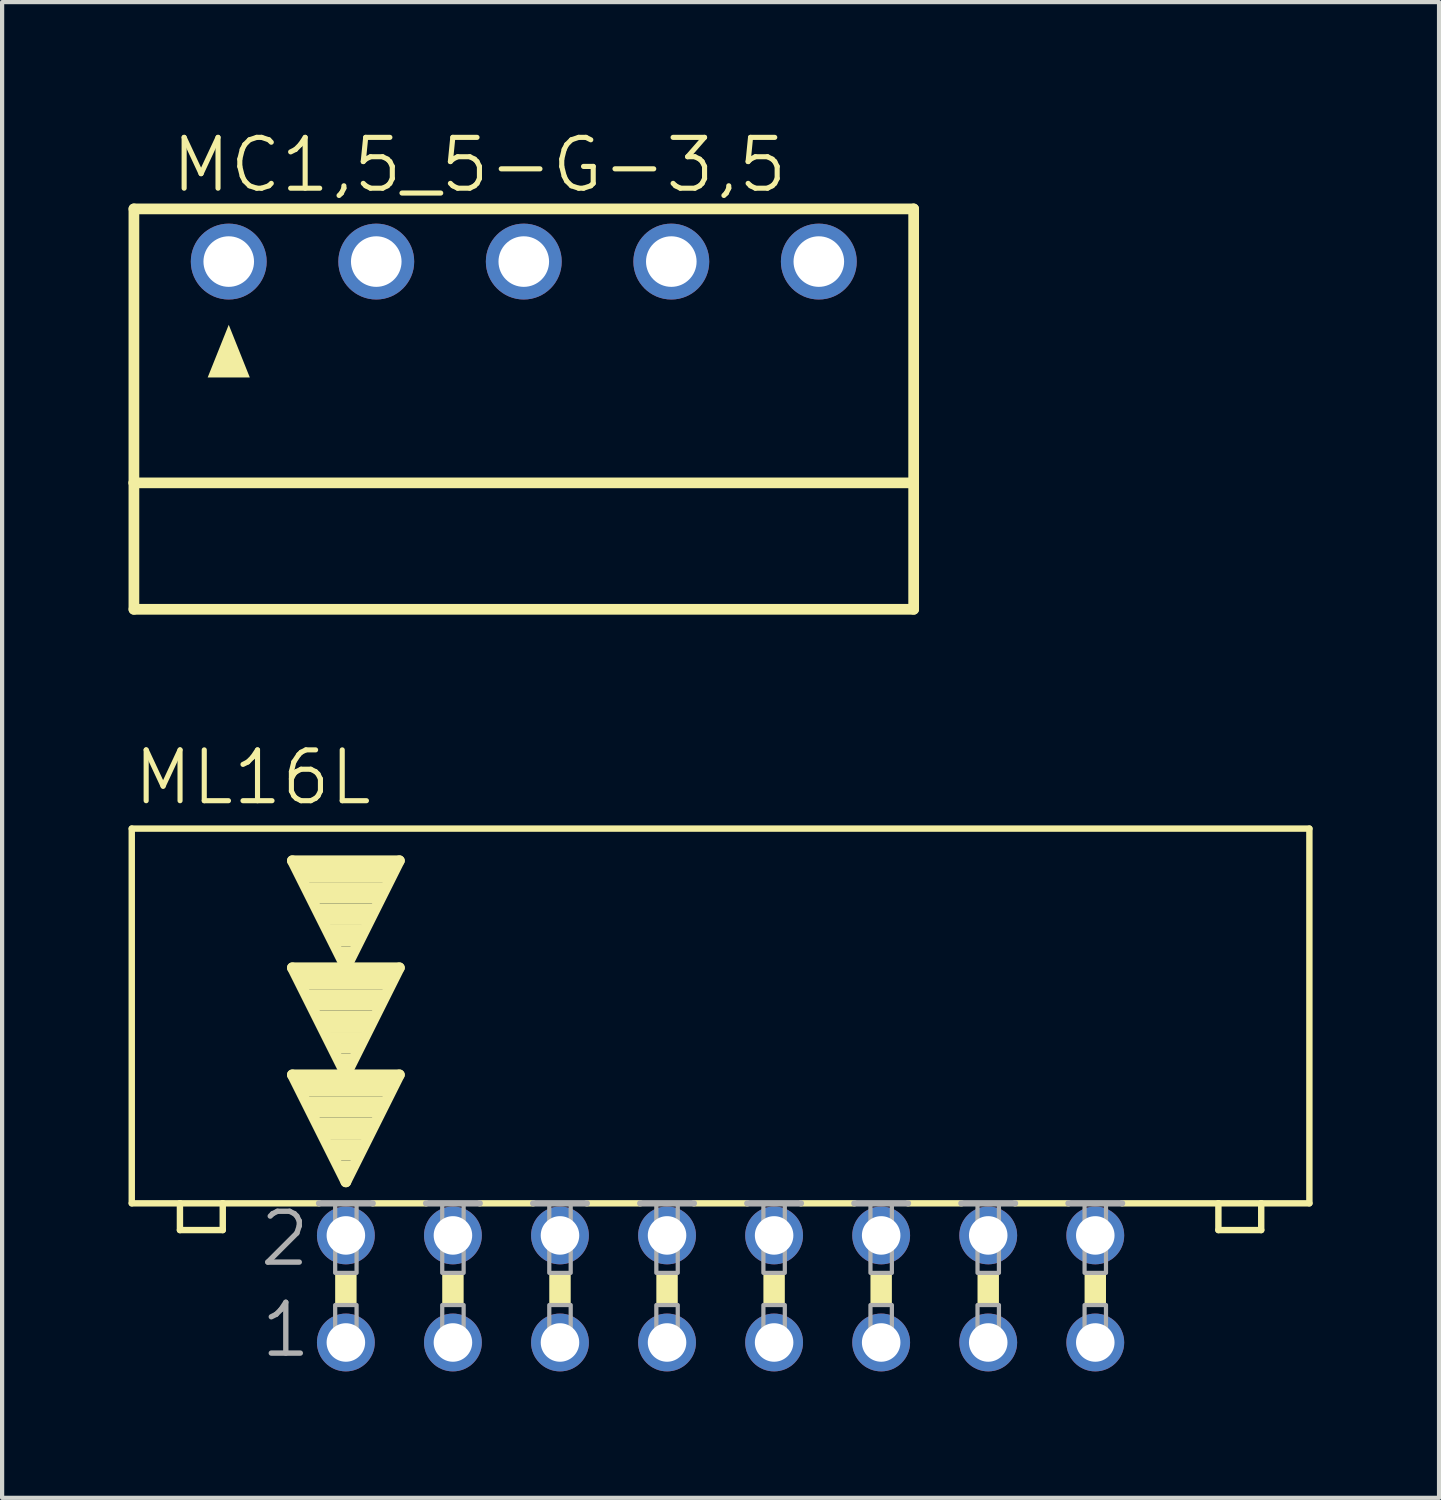
<source format=kicad_pcb>
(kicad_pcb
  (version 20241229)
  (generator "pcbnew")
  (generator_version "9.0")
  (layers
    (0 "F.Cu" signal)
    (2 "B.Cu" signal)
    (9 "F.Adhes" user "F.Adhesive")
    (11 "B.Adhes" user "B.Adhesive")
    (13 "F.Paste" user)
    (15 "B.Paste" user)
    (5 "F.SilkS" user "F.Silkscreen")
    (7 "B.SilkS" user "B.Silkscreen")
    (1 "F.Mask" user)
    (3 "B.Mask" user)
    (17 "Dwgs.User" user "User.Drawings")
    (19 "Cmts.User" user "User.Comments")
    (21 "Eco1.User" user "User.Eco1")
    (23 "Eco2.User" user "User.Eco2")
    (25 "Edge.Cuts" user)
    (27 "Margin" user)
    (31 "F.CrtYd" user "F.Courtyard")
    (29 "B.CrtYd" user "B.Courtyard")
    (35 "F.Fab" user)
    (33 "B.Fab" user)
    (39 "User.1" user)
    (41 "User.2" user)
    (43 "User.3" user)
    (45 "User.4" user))
  (footprint "MC1,5_5-G-3,5"
    (layer "F.Cu")
    (at 9.377 3.156)
    (property "Reference" "MC1,5_5-G-3,5" (at -8.425 -1.587 0) (layer "F.SilkS") (effects (font (size 1.206 1.206) (thickness 0.121)) (justify left bottom)))
    (attr through_hole)
    (fp_line (start -9.25 -1.25) (end 9.25 -1.25) (stroke (width 0.254) (type solid)) (layer "F.SilkS"))
    (fp_line (start -9.25 5.25) (end -9.25 -1.25) (stroke (width 0.254) (type solid)) (layer "F.SilkS"))
    (fp_line (start -9.25 5.25) (end 9.25 5.25) (stroke (width 0.254) (type solid)) (layer "F.SilkS"))
    (fp_line (start -9.25 8.25) (end -9.25 5.25) (stroke (width 0.254) (type solid)) (layer "F.SilkS"))
    (fp_line (start -9.25 8.25) (end 9.25 8.25) (stroke (width 0.254) (type solid)) (layer "F.SilkS"))
    (fp_line (start 9.25 5.25) (end 9.25 -1.25) (stroke (width 0.254) (type solid)) (layer "F.SilkS"))
    (fp_line (start 9.25 8.25) (end 9.25 5.25) (stroke (width 0.254) (type solid)) (layer "F.SilkS"))
    (fp_poly (pts (xy -7 1.5) (xy -7.5 2.75) (xy -6.5 2.75)) (stroke (width 0) (type solid)) (fill yes) (layer "F.SilkS"))
    (pad "1" thru_hole circle (at -7 0) (size 1.8 1.8) (drill 1.2) (layers "*.Cu" "*.Mask"))
    (pad "2" thru_hole circle (at -3.5 0) (size 1.8 1.8) (drill 1.2) (layers "*.Cu" "*.Mask"))
    (pad "3" thru_hole circle (at 0 0) (size 1.8 1.8) (drill 1.2) (layers "*.Cu" "*.Mask"))
    (pad "4" thru_hole circle (at 3.5 0) (size 1.8 1.8) (drill 1.2) (layers "*.Cu" "*.Mask"))
    (pad "5" thru_hole circle (at 7 0) (size 1.8 1.8) (drill 1.2) (layers "*.Cu" "*.Mask")))
  (footprint "ML16L"
    (layer "F.Cu")
    (at 14.046 27.531)
    (property "Reference" "ML16L" (at -13.995 -11.43 0) (layer "F.SilkS") (effects (font (size 1.206 1.206) (thickness 0.121)) (justify left bottom)))
    (attr through_hole)
    (fp_line (start -13.97 -2.032) (end -13.97 -10.922) (stroke (width 0.152) (type solid)) (layer "F.SilkS"))
    (fp_line (start -13.97 -2.032) (end -12.827 -2.032) (stroke (width 0.152) (type solid)) (layer "F.SilkS"))
    (fp_line (start -12.827 -2.032) (end -12.827 -1.397) (stroke (width 0.152) (type solid)) (layer "F.SilkS"))
    (fp_line (start -12.827 -2.032) (end -11.811 -2.032) (stroke (width 0.152) (type solid)) (layer "F.SilkS"))
    (fp_line (start -11.811 -2.032) (end -9.525 -2.032) (stroke (width 0.152) (type solid)) (layer "F.SilkS"))
    (fp_line (start -11.811 -1.397) (end -12.827 -1.397) (stroke (width 0.152) (type solid)) (layer "F.SilkS"))
    (fp_line (start -11.811 -1.397) (end -11.811 -2.032) (stroke (width 0.152) (type solid)) (layer "F.SilkS"))
    (fp_line (start -10.16 -10.16) (end -7.62 -10.16) (stroke (width 0.254) (type solid)) (layer "F.SilkS"))
    (fp_line (start -10.16 -7.62) (end -7.62 -7.62) (stroke (width 0.254) (type solid)) (layer "F.SilkS"))
    (fp_line (start -10.16 -5.08) (end -7.62 -5.08) (stroke (width 0.254) (type solid)) (layer "F.SilkS"))
    (fp_line (start -8.89 -7.62) (end -10.16 -10.16) (stroke (width 0.254) (type solid)) (layer "F.SilkS"))
    (fp_line (start -8.89 -5.08) (end -10.16 -7.62) (stroke (width 0.254) (type solid)) (layer "F.SilkS"))
    (fp_line (start -8.89 -2.54) (end -10.16 -5.08) (stroke (width 0.254) (type solid)) (layer "F.SilkS"))
    (fp_line (start -8.255 -2.032) (end -6.985 -2.032) (stroke (width 0.152) (type solid)) (layer "F.SilkS"))
    (fp_line (start -7.62 -10.16) (end -8.89 -7.62) (stroke (width 0.254) (type solid)) (layer "F.SilkS"))
    (fp_line (start -7.62 -7.62) (end -8.89 -5.08) (stroke (width 0.254) (type solid)) (layer "F.SilkS"))
    (fp_line (start -7.62 -5.08) (end -8.89 -2.54) (stroke (width 0.254) (type solid)) (layer "F.SilkS"))
    (fp_line (start -5.715 -2.032) (end -4.445 -2.032) (stroke (width 0.152) (type solid)) (layer "F.SilkS"))
    (fp_line (start -3.175 -2.032) (end -1.905 -2.032) (stroke (width 0.152) (type solid)) (layer "F.SilkS"))
    (fp_line (start -0.635 -2.032) (end 0.635 -2.032) (stroke (width 0.152) (type solid)) (layer "F.SilkS"))
    (fp_line (start 1.905 -2.032) (end 3.175 -2.032) (stroke (width 0.152) (type solid)) (layer "F.SilkS"))
    (fp_line (start 4.445 -2.032) (end 5.715 -2.032) (stroke (width 0.152) (type solid)) (layer "F.SilkS"))
    (fp_line (start 6.985 -2.032) (end 8.255 -2.032) (stroke (width 0.152) (type solid)) (layer "F.SilkS"))
    (fp_line (start 11.811 -2.032) (end 9.525 -2.032) (stroke (width 0.152) (type solid)) (layer "F.SilkS"))
    (fp_line (start 11.811 -2.032) (end 11.811 -1.397) (stroke (width 0.152) (type solid)) (layer "F.SilkS"))
    (fp_line (start 12.827 -2.032) (end 11.811 -2.032) (stroke (width 0.152) (type solid)) (layer "F.SilkS"))
    (fp_line (start 12.827 -1.397) (end 11.811 -1.397) (stroke (width 0.152) (type solid)) (layer "F.SilkS"))
    (fp_line (start 12.827 -1.397) (end 12.827 -2.032) (stroke (width 0.152) (type solid)) (layer "F.SilkS"))
    (fp_line (start 13.97 -10.922) (end -13.97 -10.922) (stroke (width 0.152) (type solid)) (layer "F.SilkS"))
    (fp_line (start 13.97 -2.032) (end 12.827 -2.032) (stroke (width 0.152) (type solid)) (layer "F.SilkS"))
    (fp_line (start 13.97 -2.032) (end 13.97 -10.922) (stroke (width 0.152) (type solid)) (layer "F.SilkS"))
    (fp_poly (pts (xy -10.033 -9.652) (xy -7.747 -9.652) (xy -7.747 -10.16) (xy -10.033 -10.16)) (stroke (width 0) (type solid)) (fill yes) (layer "F.SilkS"))
    (fp_poly (pts (xy -10.033 -7.112) (xy -7.747 -7.112) (xy -7.747 -7.62) (xy -10.033 -7.62)) (stroke (width 0) (type solid)) (fill yes) (layer "F.SilkS"))
    (fp_poly (pts (xy -10.033 -4.572) (xy -7.747 -4.572) (xy -7.747 -5.08) (xy -10.033 -5.08)) (stroke (width 0) (type solid)) (fill yes) (layer "F.SilkS"))
    (fp_poly (pts (xy -9.779 -9.144) (xy -8.001 -9.144) (xy -8.001 -9.652) (xy -9.779 -9.652)) (stroke (width 0) (type solid)) (fill yes) (layer "F.SilkS"))
    (fp_poly (pts (xy -9.779 -6.604) (xy -8.001 -6.604) (xy -8.001 -7.112) (xy -9.779 -7.112)) (stroke (width 0) (type solid)) (fill yes) (layer "F.SilkS"))
    (fp_poly (pts (xy -9.779 -4.064) (xy -8.001 -4.064) (xy -8.001 -4.572) (xy -9.779 -4.572)) (stroke (width 0) (type solid)) (fill yes) (layer "F.SilkS"))
    (fp_poly (pts (xy -9.525 -8.636) (xy -8.255 -8.636) (xy -8.255 -9.144) (xy -9.525 -9.144)) (stroke (width 0) (type solid)) (fill yes) (layer "F.SilkS"))
    (fp_poly (pts (xy -9.525 -6.096) (xy -8.255 -6.096) (xy -8.255 -6.604) (xy -9.525 -6.604)) (stroke (width 0) (type solid)) (fill yes) (layer "F.SilkS"))
    (fp_poly (pts (xy -9.525 -3.556) (xy -8.255 -3.556) (xy -8.255 -4.064) (xy -9.525 -4.064)) (stroke (width 0) (type solid)) (fill yes) (layer "F.SilkS"))
    (fp_poly (pts (xy -9.271 -8.128) (xy -8.509 -8.128) (xy -8.509 -8.636) (xy -9.271 -8.636)) (stroke (width 0) (type solid)) (fill yes) (layer "F.SilkS"))
    (fp_poly (pts (xy -9.271 -5.588) (xy -8.509 -5.588) (xy -8.509 -6.096) (xy -9.271 -6.096)) (stroke (width 0) (type solid)) (fill yes) (layer "F.SilkS"))
    (fp_poly (pts (xy -9.271 -3.048) (xy -8.509 -3.048) (xy -8.509 -3.556) (xy -9.271 -3.556)) (stroke (width 0) (type solid)) (fill yes) (layer "F.SilkS"))
    (fp_poly (pts (xy -9.144 0.381) (xy -8.636 0.381) (xy -8.636 -0.381) (xy -9.144 -0.381)) (stroke (width 0) (type solid)) (fill yes) (layer "F.SilkS"))
    (fp_poly (pts (xy -9.017 -7.874) (xy -8.763 -7.874) (xy -8.763 -8.128) (xy -9.017 -8.128)) (stroke (width 0) (type solid)) (fill yes) (layer "F.SilkS"))
    (fp_poly (pts (xy -9.017 -5.334) (xy -8.763 -5.334) (xy -8.763 -5.588) (xy -9.017 -5.588)) (stroke (width 0) (type solid)) (fill yes) (layer "F.SilkS"))
    (fp_poly (pts (xy -9.017 -2.794) (xy -8.763 -2.794) (xy -8.763 -3.048) (xy -9.017 -3.048)) (stroke (width 0) (type solid)) (fill yes) (layer "F.SilkS"))
    (fp_poly (pts (xy -6.604 0.381) (xy -6.096 0.381) (xy -6.096 -0.381) (xy -6.604 -0.381)) (stroke (width 0) (type solid)) (fill yes) (layer "F.SilkS"))
    (fp_poly (pts (xy -4.064 0.381) (xy -3.556 0.381) (xy -3.556 -0.381) (xy -4.064 -0.381)) (stroke (width 0) (type solid)) (fill yes) (layer "F.SilkS"))
    (fp_poly (pts (xy -1.524 0.381) (xy -1.016 0.381) (xy -1.016 -0.381) (xy -1.524 -0.381)) (stroke (width 0) (type solid)) (fill yes) (layer "F.SilkS"))
    (fp_poly (pts (xy 1.016 0.381) (xy 1.524 0.381) (xy 1.524 -0.381) (xy 1.016 -0.381)) (stroke (width 0) (type solid)) (fill yes) (layer "F.SilkS"))
    (fp_poly (pts (xy 3.556 0.381) (xy 4.064 0.381) (xy 4.064 -0.381) (xy 3.556 -0.381)) (stroke (width 0) (type solid)) (fill yes) (layer "F.SilkS"))
    (fp_poly (pts (xy 6.096 0.381) (xy 6.604 0.381) (xy 6.604 -0.381) (xy 6.096 -0.381)) (stroke (width 0) (type solid)) (fill yes) (layer "F.SilkS"))
    (fp_poly (pts (xy 8.636 0.381) (xy 9.144 0.381) (xy 9.144 -0.381) (xy 8.636 -0.381)) (stroke (width 0) (type solid)) (fill yes) (layer "F.SilkS"))
    (fp_line (start -9.525 -2.032) (end -8.255 -2.032) (stroke (width 0.152) (type solid)) (layer "F.Fab"))
    (fp_line (start -6.985 -2.032) (end -5.715 -2.032) (stroke (width 0.152) (type solid)) (layer "F.Fab"))
    (fp_line (start -4.445 -2.032) (end -3.175 -2.032) (stroke (width 0.152) (type solid)) (layer "F.Fab"))
    (fp_line (start -1.905 -2.032) (end -0.635 -2.032) (stroke (width 0.152) (type solid)) (layer "F.Fab"))
    (fp_line (start 1.905 -2.032) (end 0.635 -2.032) (stroke (width 0.152) (type solid)) (layer "F.Fab"))
    (fp_line (start 4.445 -2.032) (end 3.175 -2.032) (stroke (width 0.152) (type solid)) (layer "F.Fab"))
    (fp_line (start 6.985 -2.032) (end 5.715 -2.032) (stroke (width 0.152) (type solid)) (layer "F.Fab"))
    (fp_line (start 9.525 -2.032) (end 8.255 -2.032) (stroke (width 0.152) (type solid)) (layer "F.Fab"))
    (fp_poly (pts (xy -9.144 -0.381) (xy -8.636 -0.381) (xy -8.636 -2.032) (xy -9.144 -2.032)) (stroke (width 0.1) (type solid)) (fill no) (layer "F.Fab"))
    (fp_poly (pts (xy -9.144 1.524) (xy -8.636 1.524) (xy -8.636 0.381) (xy -9.144 0.381)) (stroke (width 0.1) (type solid)) (fill no) (layer "F.Fab"))
    (fp_poly (pts (xy -6.604 -0.381) (xy -6.096 -0.381) (xy -6.096 -2.032) (xy -6.604 -2.032)) (stroke (width 0.1) (type solid)) (fill no) (layer "F.Fab"))
    (fp_poly (pts (xy -6.604 1.524) (xy -6.096 1.524) (xy -6.096 0.381) (xy -6.604 0.381)) (stroke (width 0.1) (type solid)) (fill no) (layer "F.Fab"))
    (fp_poly (pts (xy -4.064 -0.381) (xy -3.556 -0.381) (xy -3.556 -2.032) (xy -4.064 -2.032)) (stroke (width 0.1) (type solid)) (fill no) (layer "F.Fab"))
    (fp_poly (pts (xy -4.064 1.524) (xy -3.556 1.524) (xy -3.556 0.381) (xy -4.064 0.381)) (stroke (width 0.1) (type solid)) (fill no) (layer "F.Fab"))
    (fp_poly (pts (xy -1.524 -0.381) (xy -1.016 -0.381) (xy -1.016 -2.032) (xy -1.524 -2.032)) (stroke (width 0.1) (type solid)) (fill no) (layer "F.Fab"))
    (fp_poly (pts (xy -1.524 1.524) (xy -1.016 1.524) (xy -1.016 0.381) (xy -1.524 0.381)) (stroke (width 0.1) (type solid)) (fill no) (layer "F.Fab"))
    (fp_poly (pts (xy 1.016 -0.381) (xy 1.524 -0.381) (xy 1.524 -2.032) (xy 1.016 -2.032)) (stroke (width 0.1) (type solid)) (fill no) (layer "F.Fab"))
    (fp_poly (pts (xy 1.016 1.524) (xy 1.524 1.524) (xy 1.524 0.381) (xy 1.016 0.381)) (stroke (width 0.1) (type solid)) (fill no) (layer "F.Fab"))
    (fp_poly (pts (xy 3.556 -0.381) (xy 4.064 -0.381) (xy 4.064 -2.032) (xy 3.556 -2.032)) (stroke (width 0.1) (type solid)) (fill no) (layer "F.Fab"))
    (fp_poly (pts (xy 3.556 1.524) (xy 4.064 1.524) (xy 4.064 0.381) (xy 3.556 0.381)) (stroke (width 0.1) (type solid)) (fill no) (layer "F.Fab"))
    (fp_poly (pts (xy 6.096 -0.381) (xy 6.604 -0.381) (xy 6.604 -2.032) (xy 6.096 -2.032)) (stroke (width 0.1) (type solid)) (fill no) (layer "F.Fab"))
    (fp_poly (pts (xy 6.096 1.524) (xy 6.604 1.524) (xy 6.604 0.381) (xy 6.096 0.381)) (stroke (width 0.1) (type solid)) (fill no) (layer "F.Fab"))
    (fp_poly (pts (xy 8.636 -0.381) (xy 9.144 -0.381) (xy 9.144 -2.032) (xy 8.636 -2.032)) (stroke (width 0.1) (type solid)) (fill no) (layer "F.Fab"))
    (fp_poly (pts (xy 8.636 1.524) (xy 9.144 1.524) (xy 9.144 0.381) (xy 8.636 0.381)) (stroke (width 0.1) (type solid)) (fill no) (layer "F.Fab"))
    (fp_text user "1" (at -10.973 1.676 0) (layer "F.Fab") (effects (font (size 1.206 1.206) (thickness 0.127)) (justify left bottom)))
    (fp_text user "2" (at -10.998 -0.483 0) (layer "F.Fab") (effects (font (size 1.206 1.206) (thickness 0.127)) (justify left bottom)))
    (pad "1" thru_hole circle (at -8.89 1.27) (size 1.372 1.372) (drill 0.914) (layers "*.Cu" "*.Mask"))
    (pad "2" thru_hole circle (at -8.89 -1.27) (size 1.372 1.372) (drill 0.914) (layers "*.Cu" "*.Mask"))
    (pad "3" thru_hole circle (at -6.35 1.27) (size 1.372 1.372) (drill 0.914) (layers "*.Cu" "*.Mask"))
    (pad "4" thru_hole circle (at -6.35 -1.27) (size 1.372 1.372) (drill 0.914) (layers "*.Cu" "*.Mask"))
    (pad "5" thru_hole circle (at -3.81 1.27) (size 1.372 1.372) (drill 0.914) (layers "*.Cu" "*.Mask"))
    (pad "6" thru_hole circle (at -3.81 -1.27) (size 1.372 1.372) (drill 0.914) (layers "*.Cu" "*.Mask"))
    (pad "7" thru_hole circle (at -1.27 1.27) (size 1.372 1.372) (drill 0.914) (layers "*.Cu" "*.Mask"))
    (pad "8" thru_hole circle (at -1.27 -1.27) (size 1.372 1.372) (drill 0.914) (layers "*.Cu" "*.Mask"))
    (pad "9" thru_hole circle (at 1.27 1.27) (size 1.372 1.372) (drill 0.914) (layers "*.Cu" "*.Mask"))
    (pad "10" thru_hole circle (at 1.27 -1.27) (size 1.372 1.372) (drill 0.914) (layers "*.Cu" "*.Mask"))
    (pad "11" thru_hole circle (at 3.81 1.27) (size 1.372 1.372) (drill 0.914) (layers "*.Cu" "*.Mask"))
    (pad "12" thru_hole circle (at 3.81 -1.27) (size 1.372 1.372) (drill 0.914) (layers "*.Cu" "*.Mask"))
    (pad "13" thru_hole circle (at 6.35 1.27) (size 1.372 1.372) (drill 0.914) (layers "*.Cu" "*.Mask"))
    (pad "14" thru_hole circle (at 6.35 -1.27) (size 1.372 1.372) (drill 0.914) (layers "*.Cu" "*.Mask"))
    (pad "15" thru_hole circle (at 8.89 1.27) (size 1.372 1.372) (drill 0.914) (layers "*.Cu" "*.Mask"))
    (pad "16" thru_hole circle (at 8.89 -1.27) (size 1.372 1.372) (drill 0.914) (layers "*.Cu" "*.Mask")))
  (gr_rect
    (start -3 -3)
    (end 31.092 32.487)
    (stroke (width 0.1) (type default))
    (fill no)
    (layer "Edge.Cuts")))
</source>
